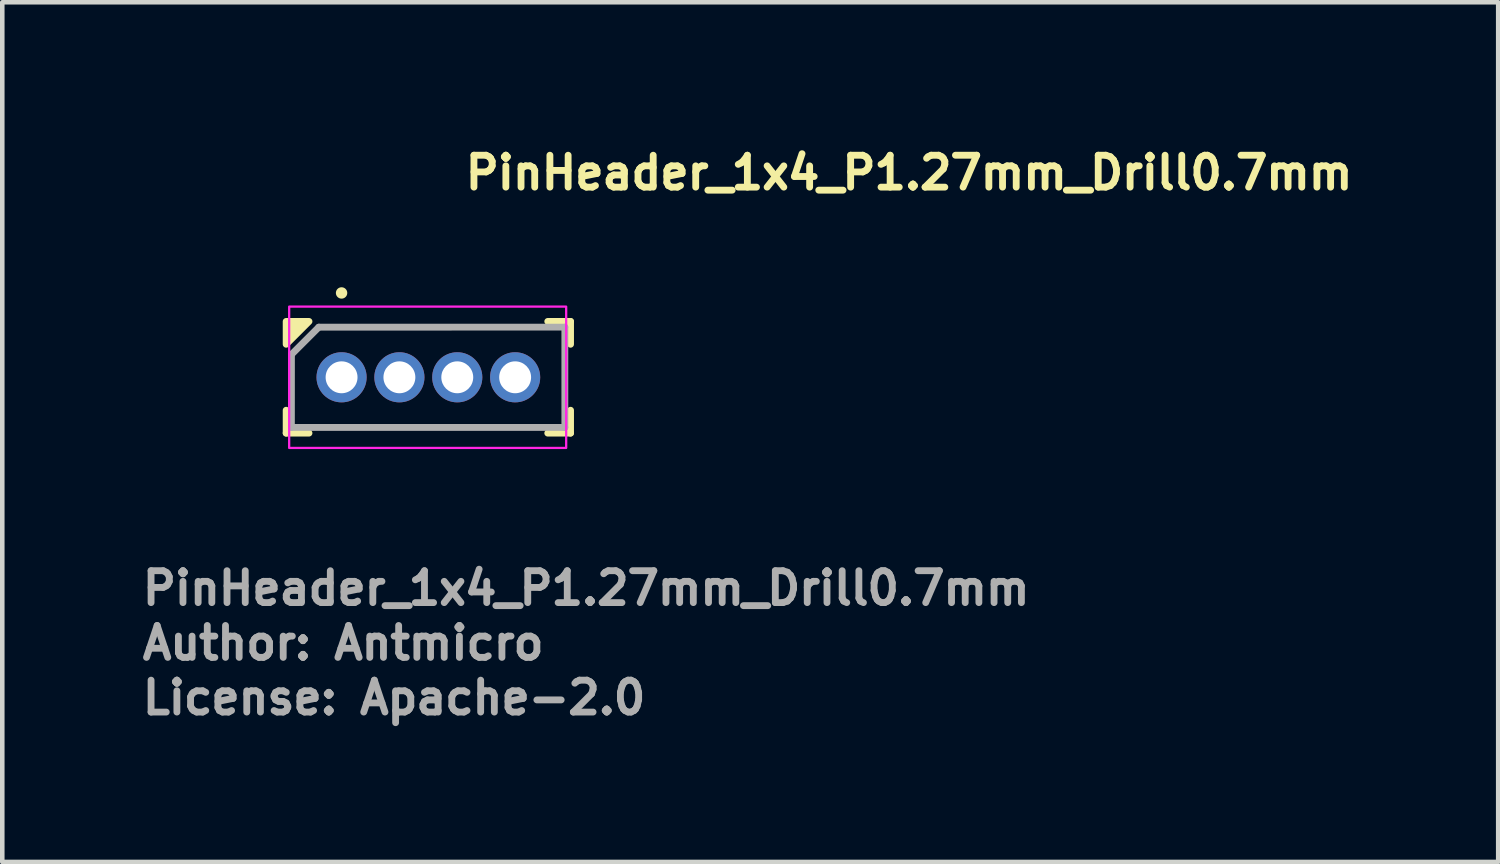
<source format=kicad_pcb>
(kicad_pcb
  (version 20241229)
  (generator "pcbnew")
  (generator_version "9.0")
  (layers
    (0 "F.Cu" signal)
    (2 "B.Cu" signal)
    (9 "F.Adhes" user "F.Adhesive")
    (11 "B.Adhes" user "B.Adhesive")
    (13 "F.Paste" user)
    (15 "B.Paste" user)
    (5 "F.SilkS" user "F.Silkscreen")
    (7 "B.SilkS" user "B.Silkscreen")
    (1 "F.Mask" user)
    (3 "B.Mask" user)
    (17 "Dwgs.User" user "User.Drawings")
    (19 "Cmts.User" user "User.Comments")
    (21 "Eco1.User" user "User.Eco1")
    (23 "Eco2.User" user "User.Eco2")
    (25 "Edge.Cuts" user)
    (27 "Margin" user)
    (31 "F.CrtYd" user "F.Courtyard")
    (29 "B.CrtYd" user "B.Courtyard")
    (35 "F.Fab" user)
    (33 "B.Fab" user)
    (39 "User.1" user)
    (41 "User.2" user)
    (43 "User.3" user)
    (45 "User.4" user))
  (footprint "PinHeader_1x4_P1.27mm_Drill0.7mm"
    (layer "F.Cu")
    (at 4.446 5.23)
    (property "Reference" "PinHeader_1x4_P1.27mm_Drill0.7mm" (at 2.64 -4.08 0) (layer "F.SilkS") (effects (font (size 0.7 0.7) (thickness 0.15)) (justify left bottom)))
    (attr through_hole)
    (fp_line (start -1.216 1.225) (end -1.216 0.723) (stroke (width 0.15) (type solid)) (layer "F.SilkS"))
    (fp_line (start -1.216 1.225) (end -0.715 1.225) (stroke (width 0.15) (type solid)) (layer "F.SilkS"))
    (fp_line (start 5.025 -1.226) (end 4.525 -1.226) (stroke (width 0.15) (type solid)) (layer "F.SilkS"))
    (fp_line (start 5.025 -1.226) (end 5.025 -0.725) (stroke (width 0.15) (type solid)) (layer "F.SilkS"))
    (fp_line (start 5.025 1.225) (end 4.525 1.225) (stroke (width 0.15) (type solid)) (layer "F.SilkS"))
    (fp_line (start 5.025 1.225) (end 5.025 0.723) (stroke (width 0.15) (type solid)) (layer "F.SilkS"))
    (fp_circle (center 0 -1.851) (end 0.05 -1.851) (stroke (width 0.15) (type solid)) (fill yes) (layer "F.SilkS"))
    (fp_poly (pts (xy -1.216 -0.725) (xy -1.216 -1.226) (xy -0.715 -1.226)) (stroke (width 0.15) (type solid)) (fill yes) (layer "F.SilkS"))
    (fp_rect (start 4.929 1.55) (end -1.15 -1.551) (stroke (width 0.05) (type solid)) (fill no) (layer "F.CrtYd"))
    (fp_line (start -1.101 1.1) (end 4.9 1.1) (stroke (width 0.15) (type solid)) (layer "F.Fab"))
    (fp_line (start -1.1 -0.5) (end -1.101 1.1) (stroke (width 0.15) (type solid)) (layer "F.Fab"))
    (fp_line (start -1.1 -0.5) (end -0.5 -1.1) (stroke (width 0.15) (type solid)) (layer "F.Fab"))
    (fp_line (start -0.5 -1.1) (end 4.9 -1.101) (stroke (width 0.15) (type solid)) (layer "F.Fab"))
    (fp_line (start 4.9 -1.101) (end 4.9 1.1) (stroke (width 0.15) (type solid)) (layer "F.Fab"))
    (fp_rect (start 4.429 1.05) (end -0.65 -1.051) (stroke (width 0.1) (type solid)) (fill no) (layer "User.5"))
    (fp_line (start -0.635 -0.923) (end -0.635 0.925) (stroke (width 0.02) (type solid)) (layer "User.9"))
    (fp_line (start -0.635 0.925) (end -0.508 1.051) (stroke (width 0.02) (type solid)) (layer "User.9"))
    (fp_line (start -0.508 -1.05) (end -0.635 -0.923) (stroke (width 0.02) (type solid)) (layer "User.9"))
    (fp_line (start -0.508 1.051) (end 0.506 1.051) (stroke (width 0.02) (type solid)) (layer "User.9"))
    (fp_line (start -0.202 -0.2) (end -0.102 -0.1) (stroke (width 0.02) (type solid)) (layer "User.9"))
    (fp_line (start -0.202 0.202) (end -0.202 -0.2) (stroke (width 0.02) (type solid)) (layer "User.9"))
    (fp_line (start -0.202 0.202) (end -0.102 0.102) (stroke (width 0.02) (type solid)) (layer "User.9"))
    (fp_line (start -0.102 0.102) (end -0.102 -0.1) (stroke (width 0.02) (type solid)) (layer "User.9"))
    (fp_line (start 0.1 -0.1) (end -0.102 -0.1) (stroke (width 0.02) (type solid)) (layer "User.9"))
    (fp_line (start 0.1 0.102) (end -0.102 0.102) (stroke (width 0.02) (type solid)) (layer "User.9"))
    (fp_line (start 0.1 0.102) (end 0.1 -0.1) (stroke (width 0.02) (type solid)) (layer "User.9"))
    (fp_line (start 0.2 -0.2) (end -0.202 -0.2) (stroke (width 0.02) (type solid)) (layer "User.9"))
    (fp_line (start 0.2 -0.2) (end 0.1 -0.1) (stroke (width 0.02) (type solid)) (layer "User.9"))
    (fp_line (start 0.2 0.202) (end -0.202 0.202) (stroke (width 0.02) (type solid)) (layer "User.9"))
    (fp_line (start 0.2 0.202) (end 0.1 0.102) (stroke (width 0.02) (type solid)) (layer "User.9"))
    (fp_line (start 0.2 0.202) (end 0.2 -0.2) (stroke (width 0.02) (type solid)) (layer "User.9"))
    (fp_line (start 0.506 -1.05) (end -0.508 -1.05) (stroke (width 0.02) (type solid)) (layer "User.9"))
    (fp_line (start 0.506 1.051) (end 0.633 0.925) (stroke (width 0.02) (type solid)) (layer "User.9"))
    (fp_line (start 0.633 -0.923) (end 0.506 -1.05) (stroke (width 0.02) (type solid)) (layer "User.9"))
    (fp_line (start 0.633 0.925) (end 0.76 1.051) (stroke (width 0.02) (type solid)) (layer "User.9"))
    (fp_line (start 0.76 -1.05) (end 0.633 -0.923) (stroke (width 0.02) (type solid)) (layer "User.9"))
    (fp_line (start 0.76 1.051) (end 1.776 1.051) (stroke (width 0.02) (type solid)) (layer "User.9"))
    (fp_line (start 1.069 -0.2) (end 1.168 -0.1) (stroke (width 0.02) (type solid)) (layer "User.9"))
    (fp_line (start 1.069 0.202) (end 1.069 -0.2) (stroke (width 0.02) (type solid)) (layer "User.9"))
    (fp_line (start 1.069 0.202) (end 1.168 0.102) (stroke (width 0.02) (type solid)) (layer "User.9"))
    (fp_line (start 1.168 0.102) (end 1.168 -0.1) (stroke (width 0.02) (type solid)) (layer "User.9"))
    (fp_line (start 1.369 -0.1) (end 1.168 -0.1) (stroke (width 0.02) (type solid)) (layer "User.9"))
    (fp_line (start 1.369 0.102) (end 1.168 0.102) (stroke (width 0.02) (type solid)) (layer "User.9"))
    (fp_line (start 1.369 0.102) (end 1.369 -0.1) (stroke (width 0.02) (type solid)) (layer "User.9"))
    (fp_line (start 1.468 -0.2) (end 1.069 -0.2) (stroke (width 0.02) (type solid)) (layer "User.9"))
    (fp_line (start 1.468 -0.2) (end 1.369 -0.1) (stroke (width 0.02) (type solid)) (layer "User.9"))
    (fp_line (start 1.468 0.202) (end 1.069 0.202) (stroke (width 0.02) (type solid)) (layer "User.9"))
    (fp_line (start 1.468 0.202) (end 1.369 0.102) (stroke (width 0.02) (type solid)) (layer "User.9"))
    (fp_line (start 1.468 0.202) (end 1.468 -0.2) (stroke (width 0.02) (type solid)) (layer "User.9"))
    (fp_line (start 1.776 -1.05) (end 0.76 -1.05) (stroke (width 0.02) (type solid)) (layer "User.9"))
    (fp_line (start 1.776 1.051) (end 1.903 0.925) (stroke (width 0.02) (type solid)) (layer "User.9"))
    (fp_line (start 1.903 -0.923) (end 1.776 -1.05) (stroke (width 0.02) (type solid)) (layer "User.9"))
    (fp_line (start 1.903 0.925) (end 2.03 1.051) (stroke (width 0.02) (type solid)) (layer "User.9"))
    (fp_line (start 2.03 -1.05) (end 1.903 -0.923) (stroke (width 0.02) (type solid)) (layer "User.9"))
    (fp_line (start 2.03 1.051) (end 3.046 1.051) (stroke (width 0.02) (type solid)) (layer "User.9"))
    (fp_line (start 2.338 -0.2) (end 2.438 -0.1) (stroke (width 0.02) (type solid)) (layer "User.9"))
    (fp_line (start 2.338 0.202) (end 2.338 -0.2) (stroke (width 0.02) (type solid)) (layer "User.9"))
    (fp_line (start 2.338 0.202) (end 2.438 0.102) (stroke (width 0.02) (type solid)) (layer "User.9"))
    (fp_line (start 2.438 0.102) (end 2.438 -0.1) (stroke (width 0.02) (type solid)) (layer "User.9"))
    (fp_line (start 2.639 -0.1) (end 2.438 -0.1) (stroke (width 0.02) (type solid)) (layer "User.9"))
    (fp_line (start 2.639 0.102) (end 2.438 0.102) (stroke (width 0.02) (type solid)) (layer "User.9"))
    (fp_line (start 2.639 0.102) (end 2.639 -0.1) (stroke (width 0.02) (type solid)) (layer "User.9"))
    (fp_line (start 2.74 -0.2) (end 2.338 -0.2) (stroke (width 0.02) (type solid)) (layer "User.9"))
    (fp_line (start 2.74 -0.2) (end 2.639 -0.1) (stroke (width 0.02) (type solid)) (layer "User.9"))
    (fp_line (start 2.74 0.202) (end 2.338 0.202) (stroke (width 0.02) (type solid)) (layer "User.9"))
    (fp_line (start 2.74 0.202) (end 2.639 0.102) (stroke (width 0.02) (type solid)) (layer "User.9"))
    (fp_line (start 2.74 0.202) (end 2.74 -0.2) (stroke (width 0.02) (type solid)) (layer "User.9"))
    (fp_line (start 3.046 -1.05) (end 2.03 -1.05) (stroke (width 0.02) (type solid)) (layer "User.9"))
    (fp_line (start 3.046 1.051) (end 3.174 0.925) (stroke (width 0.02) (type solid)) (layer "User.9"))
    (fp_line (start 3.174 -0.923) (end 3.046 -1.05) (stroke (width 0.02) (type solid)) (layer "User.9"))
    (fp_line (start 3.174 0.925) (end 3.3 1.051) (stroke (width 0.02) (type solid)) (layer "User.9"))
    (fp_line (start 3.3 -1.05) (end 3.174 -0.923) (stroke (width 0.02) (type solid)) (layer "User.9"))
    (fp_line (start 3.3 1.051) (end 4.317 1.051) (stroke (width 0.02) (type solid)) (layer "User.9"))
    (fp_line (start 3.608 -0.2) (end 3.708 -0.1) (stroke (width 0.02) (type solid)) (layer "User.9"))
    (fp_line (start 3.608 0.202) (end 3.608 -0.2) (stroke (width 0.02) (type solid)) (layer "User.9"))
    (fp_line (start 3.608 0.202) (end 3.708 0.102) (stroke (width 0.02) (type solid)) (layer "User.9"))
    (fp_line (start 3.708 0.102) (end 3.708 -0.1) (stroke (width 0.02) (type solid)) (layer "User.9"))
    (fp_line (start 3.909 -0.1) (end 3.708 -0.1) (stroke (width 0.02) (type solid)) (layer "User.9"))
    (fp_line (start 3.909 0.102) (end 3.708 0.102) (stroke (width 0.02) (type solid)) (layer "User.9"))
    (fp_line (start 3.909 0.102) (end 3.909 -0.1) (stroke (width 0.02) (type solid)) (layer "User.9"))
    (fp_line (start 4.008 -0.2) (end 3.608 -0.2) (stroke (width 0.02) (type solid)) (layer "User.9"))
    (fp_line (start 4.008 -0.2) (end 3.909 -0.1) (stroke (width 0.02) (type solid)) (layer "User.9"))
    (fp_line (start 4.008 0.202) (end 3.608 0.202) (stroke (width 0.02) (type solid)) (layer "User.9"))
    (fp_line (start 4.008 0.202) (end 3.909 0.102) (stroke (width 0.02) (type solid)) (layer "User.9"))
    (fp_line (start 4.008 0.202) (end 4.008 -0.2) (stroke (width 0.02) (type solid)) (layer "User.9"))
    (fp_line (start 4.317 -1.05) (end 3.3 -1.05) (stroke (width 0.02) (type solid)) (layer "User.9"))
    (fp_line (start 4.317 1.051) (end 4.444 0.925) (stroke (width 0.02) (type solid)) (layer "User.9"))
    (fp_line (start 4.444 -0.923) (end 4.317 -1.05) (stroke (width 0.02) (type solid)) (layer "User.9"))
    (fp_line (start 4.444 0.925) (end 4.444 -0.923) (stroke (width 0.02) (type solid)) (layer "User.9"))
    (fp_text user "${REFERENCE}" (at -4.446 5.038 0) (layer "F.Fab") (effects (font (size 0.7 0.7) (thickness 0.15)) (justify left bottom)))
    (fp_text user "License: Apache-2.0" (at -4.446 7.44 0) (layer "F.Fab") (effects (font (size 0.7 0.7) (thickness 0.15)) (justify left bottom)))
    (fp_text user "Author: Antmicro" (at -4.446 6.24 0) (layer "F.Fab") (effects (font (size 0.7 0.7) (thickness 0.15)) (justify left bottom)))
    (pad "1" thru_hole circle (at 0 0) (size 1.1 1.1) (drill 0.7) (layers "*.Cu" "*.Mask"))
    (pad "2" thru_hole circle (at 1.269 0) (size 1.1 1.1) (drill 0.7) (layers "*.Cu" "*.Mask"))
    (pad "3" thru_hole circle (at 2.539 0) (size 1.1 1.1) (drill 0.7) (layers "*.Cu" "*.Mask"))
    (pad "4" thru_hole circle (at 3.809 0) (size 1.1 1.1) (drill 0.7) (layers "*.Cu" "*.Mask")))
  (gr_rect
    (start -3 -3)
    (end 29.829 15.866)
    (stroke (width 0.1) (type default))
    (fill no)
    (layer "Edge.Cuts")))
</source>
